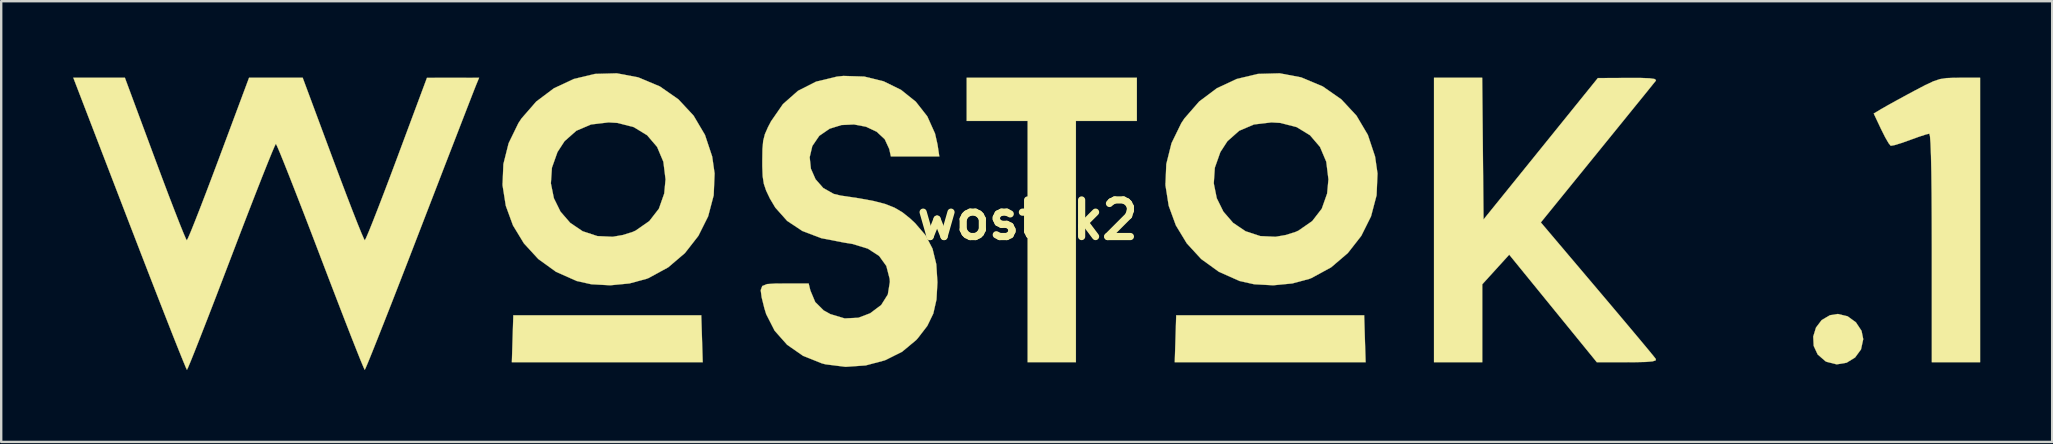
<source format=kicad_pcb>
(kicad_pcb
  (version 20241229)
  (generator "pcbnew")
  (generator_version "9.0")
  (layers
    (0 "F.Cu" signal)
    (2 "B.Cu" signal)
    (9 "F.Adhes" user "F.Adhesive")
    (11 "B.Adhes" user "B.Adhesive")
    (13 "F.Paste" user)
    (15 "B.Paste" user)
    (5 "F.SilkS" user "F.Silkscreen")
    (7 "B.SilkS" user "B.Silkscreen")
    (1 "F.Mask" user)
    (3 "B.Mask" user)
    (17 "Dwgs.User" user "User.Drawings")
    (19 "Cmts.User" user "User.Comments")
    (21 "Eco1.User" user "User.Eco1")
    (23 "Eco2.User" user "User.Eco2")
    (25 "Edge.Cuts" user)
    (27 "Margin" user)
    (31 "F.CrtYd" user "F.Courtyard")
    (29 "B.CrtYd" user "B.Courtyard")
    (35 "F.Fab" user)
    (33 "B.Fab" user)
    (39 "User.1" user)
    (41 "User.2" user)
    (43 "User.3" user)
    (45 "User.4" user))
  (footprint "wostok2"
    (layer "F.Cu")
    (at 39.771 6.117)
    (property "Reference" "wostok2" (at 0 0 0) (layer "F.SilkS") (effects (font (size 1.524 1.524) (thickness 0.3))))
    (attr through_hole)
    (fp_poly (pts (xy -13.569 4.948) (xy -13.539 5.927) (xy -21.492 5.927) (xy -21.462 4.948) (xy -21.431 3.969) (xy -13.6 3.969) (xy -13.569 4.948)) (stroke (width 0.01) (type solid)) (fill yes) (layer "F.SilkS"))
    (fp_poly (pts (xy 14.053 4.948) (xy 14.084 5.927) (xy 6.13 5.927) (xy 6.161 4.948) (xy 6.191 3.969) (xy 14.023 3.969) (xy 14.053 4.948)) (stroke (width 0.01) (type solid)) (fill yes) (layer "F.SilkS"))
    (fp_poly (pts (xy 4.551 -4.128) (xy 2.011 -4.128) (xy 2.011 5.927) (xy 0 5.927) (xy 0 -4.128) (xy -2.54 -4.128) (xy -2.54 -5.927) (xy 4.551 -5.927) (xy 4.551 -4.128)) (stroke (width 0.01) (type solid)) (fill yes) (layer "F.SilkS"))
    (fp_poly (pts (xy 34.167 4.012) (xy 34.514 4.264) (xy 34.749 4.62) (xy 34.819 4.964) (xy 34.726 5.393) (xy 34.479 5.73) (xy 34.126 5.947) (xy 33.714 6.016) (xy 33.29 5.909) (xy 33.243 5.885) (xy 32.92 5.604) (xy 32.754 5.246) (xy 32.735 4.856) (xy 32.85 4.482) (xy 33.087 4.17) (xy 33.432 3.968) (xy 33.761 3.916) (xy 34.167 4.012)) (stroke (width 0.01) (type solid)) (fill yes) (layer "F.SilkS"))
    (fp_poly (pts (xy 39.688 5.927) (xy 37.677 5.927) (xy 37.677 1.164) (xy 37.674 -0.053) (xy 37.668 -1.103) (xy 37.657 -1.98) (xy 37.642 -2.675) (xy 37.623 -3.182) (xy 37.6 -3.492) (xy 37.573 -3.598) (xy 37.573 -3.598) (xy 37.429 -3.563) (xy 37.146 -3.471) (xy 36.785 -3.341) (xy 36.76 -3.331) (xy 36.4 -3.204) (xy 36.116 -3.118) (xy 35.968 -3.092) (xy 35.964 -3.093) (xy 35.878 -3.197) (xy 35.736 -3.441) (xy 35.569 -3.774) (xy 35.566 -3.779) (xy 35.256 -4.436) (xy 35.593 -4.637) (xy 35.828 -4.772) (xy 36.193 -4.974) (xy 36.632 -5.213) (xy 36.949 -5.383) (xy 37.407 -5.623) (xy 37.742 -5.78) (xy 38.015 -5.871) (xy 38.29 -5.913) (xy 38.628 -5.926) (xy 38.827 -5.927) (xy 39.688 -5.927) (xy 39.688 5.927)) (stroke (width 0.01) (type solid)) (fill yes) (layer "F.SilkS"))
    (fp_poly (pts (xy 18.969 -2.974) (xy 18.997 -0.022) (xy 23.76 -5.914) (xy 25.016 -5.92) (xy 25.56 -5.919) (xy 25.919 -5.905) (xy 26.118 -5.877) (xy 26.183 -5.832) (xy 26.169 -5.794) (xy 26.079 -5.684) (xy 25.873 -5.428) (xy 25.565 -5.048) (xy 25.171 -4.563) (xy 24.708 -3.992) (xy 24.192 -3.356) (xy 23.724 -2.78) (xy 21.384 0.101) (xy 23.74 2.882) (xy 24.297 3.54) (xy 24.812 4.151) (xy 25.268 4.694) (xy 25.649 5.149) (xy 25.939 5.498) (xy 26.121 5.721) (xy 26.177 5.794) (xy 26.168 5.852) (xy 26.037 5.891) (xy 25.76 5.915) (xy 25.311 5.925) (xy 24.988 5.927) (xy 23.718 5.927) (xy 21.892 3.686) (xy 20.067 1.445) (xy 18.944 2.68) (xy 18.944 5.927) (xy 16.933 5.927) (xy 16.933 -5.927) (xy 17.937 -5.927) (xy 18.941 -5.927) (xy 18.969 -2.974)) (stroke (width 0.01) (type solid)) (fill yes) (layer "F.SilkS"))
    (fp_poly (pts (xy -16.227 -5.944) (xy -15.325 -5.566) (xy -14.551 -5.027) (xy -13.919 -4.348) (xy -13.445 -3.546) (xy -13.144 -2.642) (xy -13.044 -1.941) (xy -13.082 -1.029) (xy -13.313 -0.152) (xy -13.719 0.66) (xy -14.279 1.378) (xy -14.977 1.973) (xy -15.792 2.417) (xy -15.875 2.45) (xy -16.593 2.644) (xy -17.391 2.721) (xy -18.181 2.678) (xy -18.789 2.543) (xy -19.655 2.158) (xy -20.392 1.626) (xy -20.991 0.973) (xy -21.446 0.225) (xy -21.745 -0.592) (xy -21.881 -1.453) (xy -21.878 -1.526) (xy -19.866 -1.526) (xy -19.741 -0.907) (xy -19.466 -0.349) (xy -19.059 0.12) (xy -18.541 0.469) (xy -17.929 0.67) (xy -17.291 0.699) (xy -16.874 0.627) (xy -16.466 0.5) (xy -16.338 0.443) (xy -15.765 0.045) (xy -15.366 -0.47) (xy -15.143 -1.104) (xy -15.088 -1.693) (xy -15.179 -2.427) (xy -15.44 -3.045) (xy -15.856 -3.531) (xy -16.412 -3.87) (xy -17.092 -4.045) (xy -17.462 -4.067) (xy -18.194 -3.98) (xy -18.805 -3.719) (xy -19.296 -3.285) (xy -19.591 -2.831) (xy -19.823 -2.177) (xy -19.866 -1.526) (xy -21.878 -1.526) (xy -21.845 -2.331) (xy -21.627 -3.2) (xy -21.22 -4.035) (xy -21.09 -4.232) (xy -20.475 -4.937) (xy -19.739 -5.489) (xy -18.913 -5.876) (xy -18.029 -6.087) (xy -17.117 -6.112) (xy -16.227 -5.944)) (stroke (width 0.01) (type solid)) (fill yes) (layer "F.SilkS"))
    (fp_poly (pts (xy 11.396 -5.944) (xy 12.297 -5.566) (xy 13.071 -5.027) (xy 13.703 -4.348) (xy 14.177 -3.546) (xy 14.478 -2.642) (xy 14.579 -1.941) (xy 14.54 -1.029) (xy 14.309 -0.152) (xy 13.904 0.66) (xy 13.343 1.378) (xy 12.646 1.973) (xy 11.83 2.417) (xy 11.748 2.45) (xy 11.03 2.644) (xy 10.232 2.721) (xy 9.441 2.678) (xy 8.833 2.543) (xy 7.968 2.158) (xy 7.231 1.626) (xy 6.631 0.973) (xy 6.177 0.225) (xy 5.878 -0.592) (xy 5.742 -1.453) (xy 5.745 -1.526) (xy 7.756 -1.526) (xy 7.881 -0.907) (xy 8.157 -0.349) (xy 8.563 0.12) (xy 9.082 0.469) (xy 9.694 0.67) (xy 10.332 0.699) (xy 10.749 0.627) (xy 11.156 0.5) (xy 11.284 0.443) (xy 11.858 0.045) (xy 12.256 -0.47) (xy 12.48 -1.104) (xy 12.534 -1.693) (xy 12.444 -2.427) (xy 12.182 -3.045) (xy 11.766 -3.531) (xy 11.211 -3.87) (xy 10.531 -4.045) (xy 10.16 -4.067) (xy 9.429 -3.98) (xy 8.817 -3.719) (xy 8.326 -3.285) (xy 8.031 -2.831) (xy 7.8 -2.177) (xy 7.756 -1.526) (xy 5.745 -1.526) (xy 5.778 -2.331) (xy 5.995 -3.2) (xy 6.402 -4.035) (xy 6.533 -4.232) (xy 7.147 -4.937) (xy 7.883 -5.489) (xy 8.709 -5.876) (xy 9.594 -6.087) (xy 10.505 -6.112) (xy 11.396 -5.944)) (stroke (width 0.01) (type solid)) (fill yes) (layer "F.SilkS"))
    (fp_poly (pts (xy -6.808 -5.977) (xy -5.999 -5.778) (xy -5.274 -5.422) (xy -4.66 -4.93) (xy -4.18 -4.317) (xy -3.859 -3.603) (xy -3.755 -3.145) (xy -3.68 -2.646) (xy -5.698 -2.646) (xy -5.767 -2.959) (xy -5.955 -3.366) (xy -6.292 -3.678) (xy -6.734 -3.886) (xy -7.237 -3.981) (xy -7.757 -3.957) (xy -8.25 -3.804) (xy -8.671 -3.515) (xy -8.688 -3.499) (xy -8.972 -3.083) (xy -9.082 -2.616) (xy -9.032 -2.14) (xy -8.838 -1.699) (xy -8.517 -1.333) (xy -8.082 -1.088) (xy -7.793 -1.018) (xy -7.013 -0.902) (xy -6.404 -0.789) (xy -5.928 -0.665) (xy -5.546 -0.513) (xy -5.22 -0.321) (xy -4.909 -0.074) (xy -4.689 0.131) (xy -4.252 0.64) (xy -3.964 1.194) (xy -3.806 1.843) (xy -3.759 2.593) (xy -3.798 3.313) (xy -3.931 3.899) (xy -4.182 4.415) (xy -4.576 4.926) (xy -4.648 5.005) (xy -5.233 5.492) (xy -5.948 5.847) (xy -6.748 6.06) (xy -7.587 6.119) (xy -8.422 6.014) (xy -8.572 5.975) (xy -9.358 5.661) (xy -10.023 5.199) (xy -10.543 4.613) (xy -10.895 3.923) (xy -10.97 3.679) (xy -11.084 3.22) (xy -11.123 2.922) (xy -11.057 2.75) (xy -10.857 2.67) (xy -10.495 2.647) (xy -10.119 2.646) (xy -9.125 2.646) (xy -9.053 2.937) (xy -8.851 3.419) (xy -8.499 3.768) (xy -8.22 3.922) (xy -7.623 4.101) (xy -7.052 4.073) (xy -6.563 3.887) (xy -6.103 3.543) (xy -5.826 3.103) (xy -5.741 2.58) (xy -5.75 2.449) (xy -5.889 1.914) (xy -6.189 1.498) (xy -6.658 1.194) (xy -7.303 0.997) (xy -7.647 0.942) (xy -8.602 0.757) (xy -9.389 0.458) (xy -10.022 0.037) (xy -10.515 -0.516) (xy -10.74 -0.895) (xy -10.897 -1.225) (xy -10.993 -1.509) (xy -11.041 -1.822) (xy -11.057 -2.237) (xy -11.057 -2.48) (xy -11.05 -2.958) (xy -11.019 -3.299) (xy -10.948 -3.578) (xy -10.819 -3.871) (xy -10.694 -4.11) (xy -10.196 -4.83) (xy -9.569 -5.383) (xy -8.817 -5.765) (xy -7.946 -5.975) (xy -7.677 -6.003) (xy -6.808 -5.977)) (stroke (width 0.01) (type solid)) (fill yes) (layer "F.SilkS"))
    (fp_poly (pts (xy -36.36 -2.54) (xy -36.062 -1.742) (xy -35.786 -1.011) (xy -35.539 -0.37) (xy -35.332 0.159) (xy -35.173 0.552) (xy -35.071 0.788) (xy -35.036 0.847) (xy -34.985 0.751) (xy -34.869 0.48) (xy -34.698 0.055) (xy -34.481 -0.499) (xy -34.226 -1.162) (xy -33.943 -1.909) (xy -33.706 -2.54) (xy -32.443 -5.927) (xy -30.208 -5.927) (xy -28.949 -2.54) (xy -28.65 -1.742) (xy -28.373 -1.011) (xy -28.126 -0.37) (xy -27.918 0.159) (xy -27.758 0.552) (xy -27.655 0.787) (xy -27.621 0.847) (xy -27.569 0.751) (xy -27.453 0.48) (xy -27.282 0.055) (xy -27.065 -0.5) (xy -26.81 -1.162) (xy -26.527 -1.909) (xy -26.291 -2.539) (xy -25.03 -5.924) (xy -23.943 -5.925) (xy -22.857 -5.927) (xy -22.999 -5.583) (xy -23.062 -5.423) (xy -23.194 -5.084) (xy -23.388 -4.585) (xy -23.636 -3.945) (xy -23.931 -3.182) (xy -24.267 -2.316) (xy -24.634 -1.364) (xy -25.027 -0.347) (xy -25.355 0.503) (xy -25.758 1.547) (xy -26.14 2.531) (xy -26.493 3.436) (xy -26.811 4.245) (xy -27.086 4.94) (xy -27.311 5.505) (xy -27.48 5.921) (xy -27.587 6.173) (xy -27.622 6.243) (xy -27.669 6.147) (xy -27.784 5.873) (xy -27.958 5.438) (xy -28.185 4.864) (xy -28.456 4.168) (xy -28.764 3.37) (xy -29.102 2.49) (xy -29.463 1.546) (xy -29.467 1.534) (xy -29.828 0.589) (xy -30.167 -0.292) (xy -30.478 -1.091) (xy -30.751 -1.788) (xy -30.98 -2.364) (xy -31.157 -2.8) (xy -31.275 -3.077) (xy -31.326 -3.175) (xy -31.326 -3.175) (xy -31.375 -3.079) (xy -31.492 -2.805) (xy -31.669 -2.37) (xy -31.898 -1.796) (xy -32.171 -1.1) (xy -32.481 -0.303) (xy -32.82 0.577) (xy -33.18 1.521) (xy -33.185 1.533) (xy -33.546 2.477) (xy -33.884 3.359) (xy -34.193 4.157) (xy -34.465 4.854) (xy -34.692 5.431) (xy -34.867 5.867) (xy -34.983 6.144) (xy -35.031 6.243) (xy -35.031 6.243) (xy -35.077 6.147) (xy -35.192 5.87) (xy -35.37 5.43) (xy -35.604 4.842) (xy -35.886 4.124) (xy -36.211 3.293) (xy -36.572 2.365) (xy -36.962 1.358) (xy -37.375 0.287) (xy -37.425 0.159) (xy -39.766 -5.927) (xy -37.617 -5.927) (xy -36.36 -2.54)) (stroke (width 0.01) (type solid)) (fill yes) (layer "F.SilkS")))
  (gr_rect
    (start -3 -3)
    (end 82.463 15.366)
    (stroke (width 0.1) (type default))
    (fill no)
    (layer "Edge.Cuts")))
</source>
